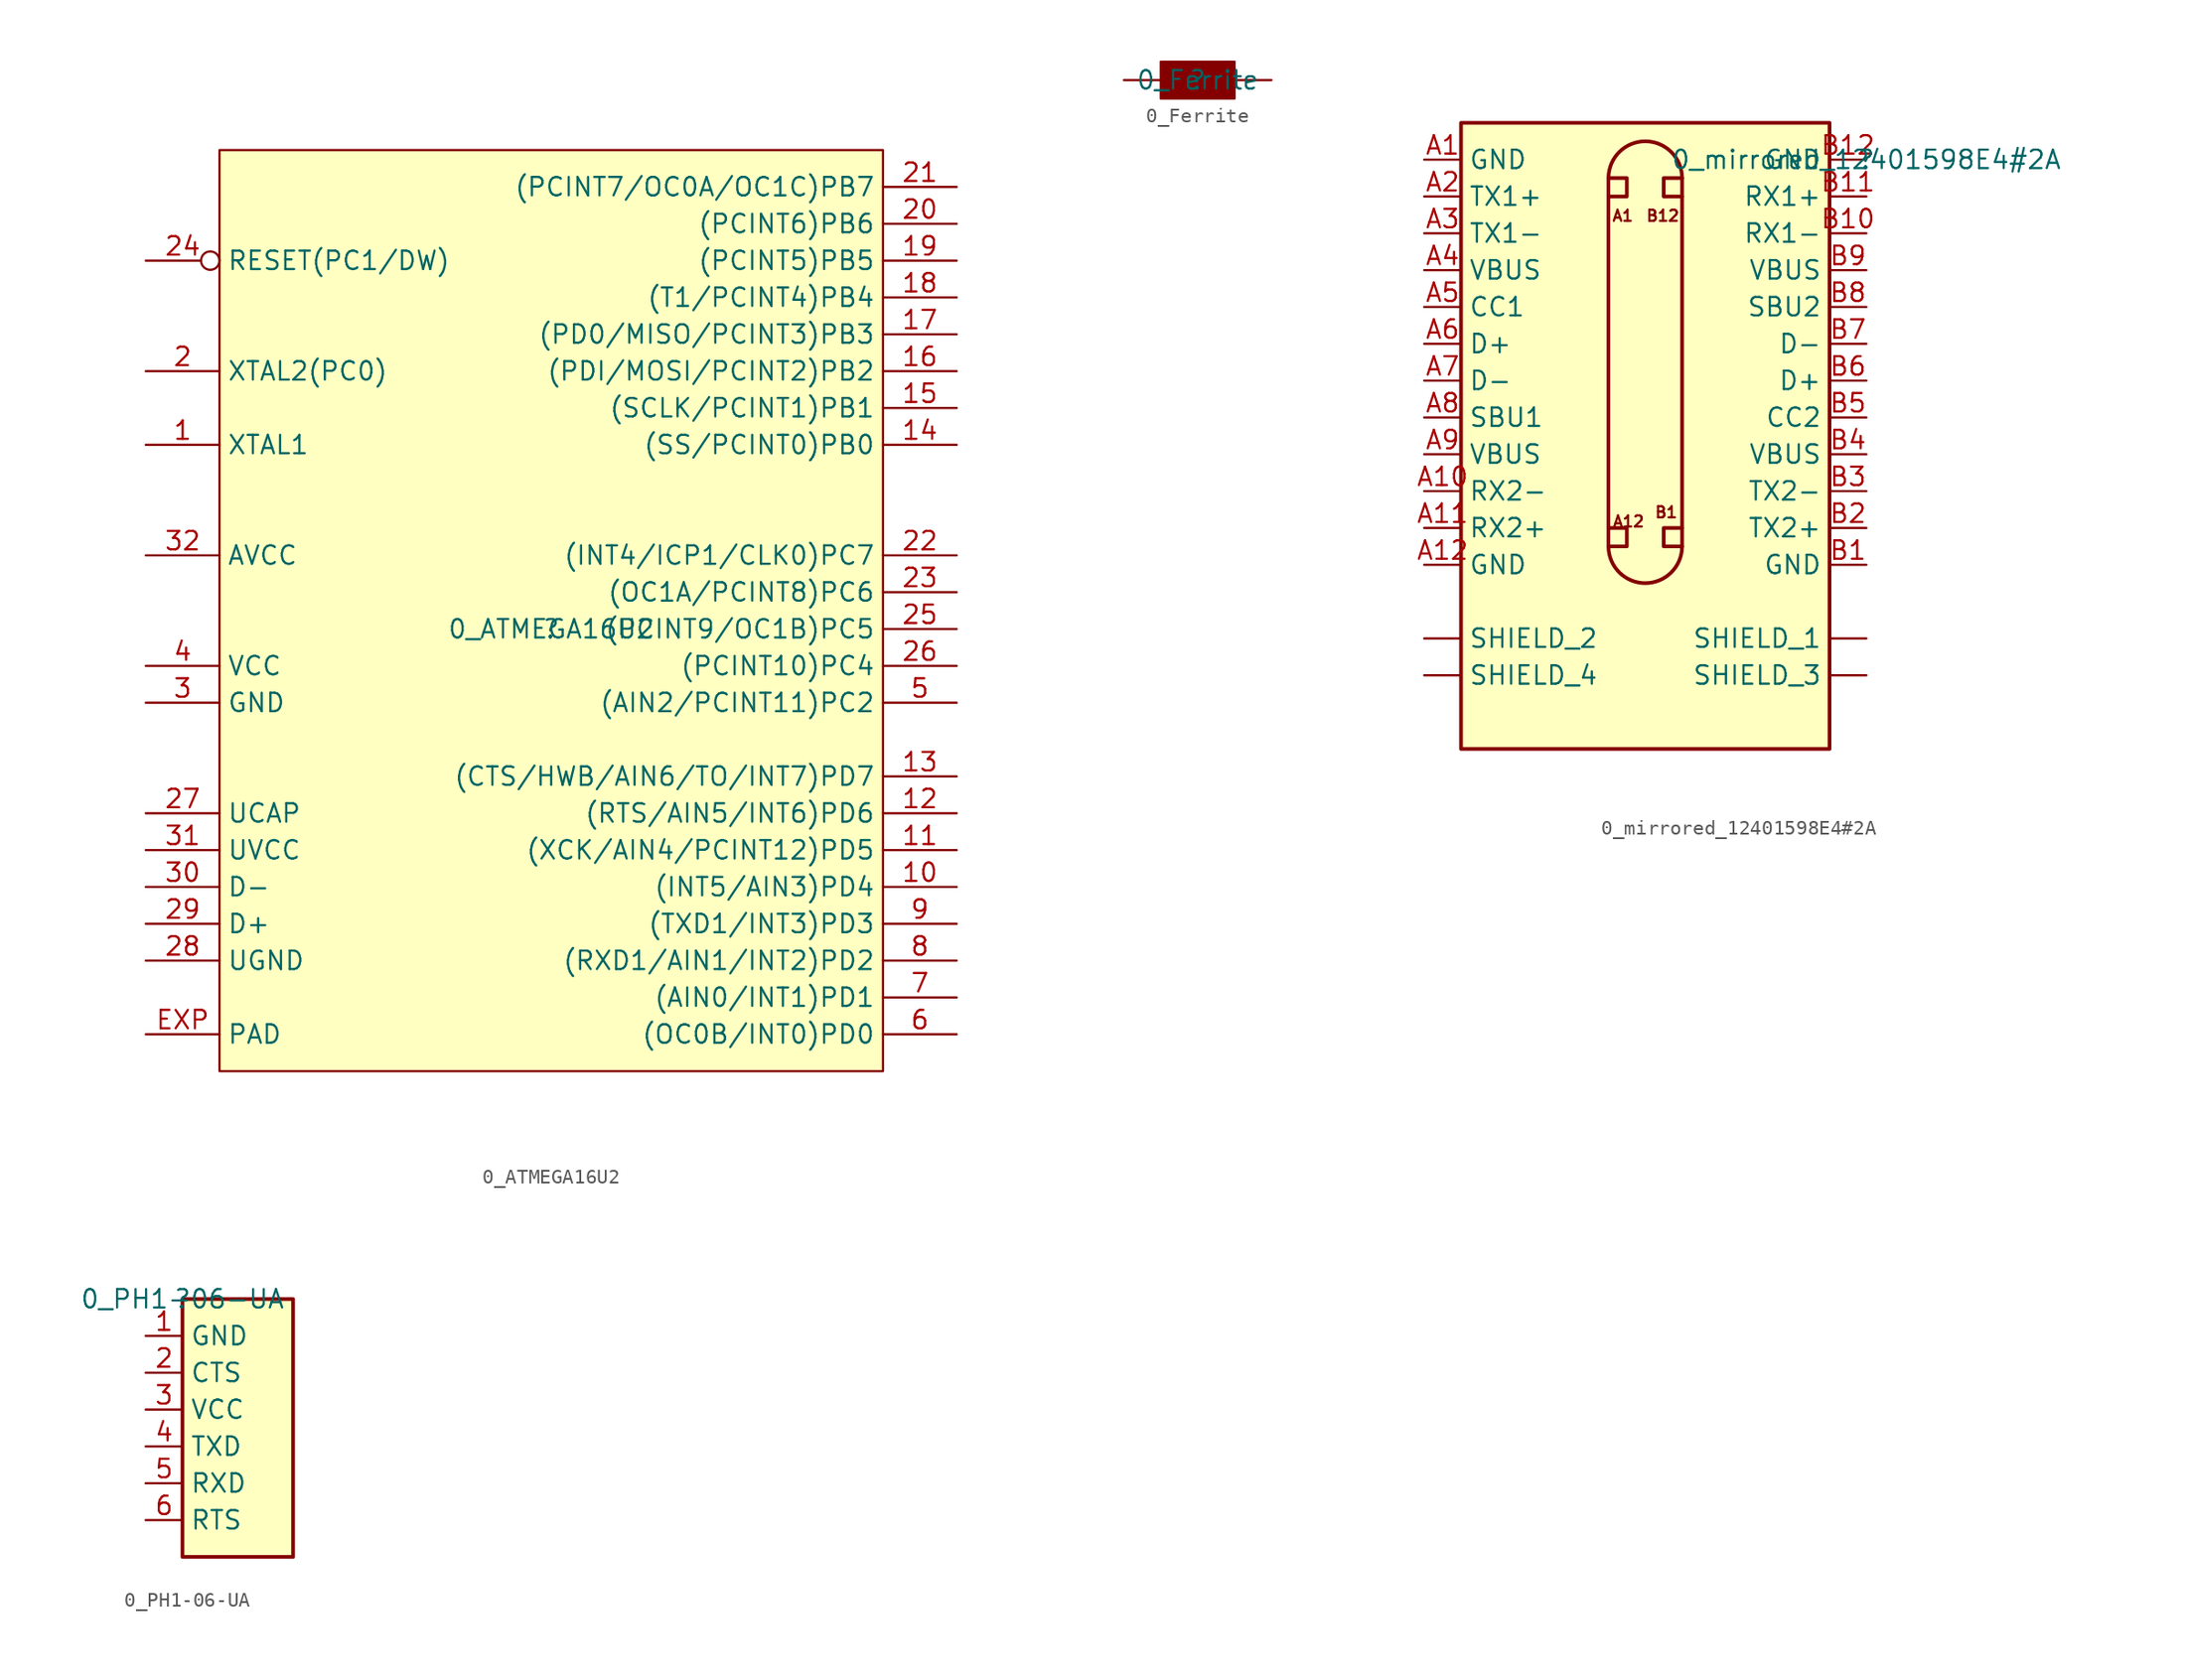
<source format=kicad_sym>
(kicad_symbol_lib
  (version 20211014)
  (generator kicad_symbol_editor)
  (symbol "0_ATMEGA16U2"
    (property "Reference" ""
      (at 0 0 0)
      (effects (font (size 1.27 1.27))))
    (property "Value" "0_ATMEGA16U2"
      (at 0 0 0)
      (effects (font (size 1.27 1.27))))
    (symbol "0_ATMEGA16U2_1_0"
      (rectangle (start 22.86 33.02) (end -22.86 -30.48) (stroke (width 0) (type default) (color 0 0 0 0)) (fill (type background)))
      (pin passive line (at -27.94 12.7 0) (length 5.08) (name "XTAL1" (effects (font (size 1.27 1.27)))) (number "1" (effects (font (size 1.27 1.27)))))
      (pin passive line (at 27.94 -17.78 180) (length 5.08) (name "(INT5/AIN3)PD4" (effects (font (size 1.27 1.27)))) (number "10" (effects (font (size 1.27 1.27)))))
      (pin passive line (at 27.94 -15.24 180) (length 5.08) (name "(XCK/AIN4/PCINT12)PD5" (effects (font (size 1.27 1.27)))) (number "11" (effects (font (size 1.27 1.27)))))
      (pin passive line (at 27.94 -12.7 180) (length 5.08) (name "(RTS/AIN5/INT6)PD6" (effects (font (size 1.27 1.27)))) (number "12" (effects (font (size 1.27 1.27)))))
      (pin passive line (at 27.94 -10.16 180) (length 5.08) (name "(CTS/HWB/AIN6/TO/INT7)PD7" (effects (font (size 1.27 1.27)))) (number "13" (effects (font (size 1.27 1.27)))))
      (pin passive line (at 27.94 12.7 180) (length 5.08) (name "(SS/PCINT0)PB0" (effects (font (size 1.27 1.27)))) (number "14" (effects (font (size 1.27 1.27)))))
      (pin passive line (at 27.94 15.24 180) (length 5.08) (name "(SCLK/PCINT1)PB1" (effects (font (size 1.27 1.27)))) (number "15" (effects (font (size 1.27 1.27)))))
      (pin passive line (at 27.94 17.78 180) (length 5.08) (name "(PDI/MOSI/PCINT2)PB2" (effects (font (size 1.27 1.27)))) (number "16" (effects (font (size 1.27 1.27)))))
      (pin passive line (at 27.94 20.32 180) (length 5.08) (name "(PD0/MISO/PCINT3)PB3" (effects (font (size 1.27 1.27)))) (number "17" (effects (font (size 1.27 1.27)))))
      (pin passive line (at 27.94 22.86 180) (length 5.08) (name "(T1/PCINT4)PB4" (effects (font (size 1.27 1.27)))) (number "18" (effects (font (size 1.27 1.27)))))
      (pin passive line (at 27.94 25.4 180) (length 5.08) (name "(PCINT5)PB5" (effects (font (size 1.27 1.27)))) (number "19" (effects (font (size 1.27 1.27)))))
      (pin passive line (at -27.94 17.78 0) (length 5.08) (name "XTAL2(PC0)" (effects (font (size 1.27 1.27)))) (number "2" (effects (font (size 1.27 1.27)))))
      (pin passive line (at 27.94 27.94 180) (length 5.08) (name "(PCINT6)PB6" (effects (font (size 1.27 1.27)))) (number "20" (effects (font (size 1.27 1.27)))))
      (pin passive line (at 27.94 30.48 180) (length 5.08) (name "(PCINT7/OC0A/OC1C)PB7" (effects (font (size 1.27 1.27)))) (number "21" (effects (font (size 1.27 1.27)))))
      (pin passive line (at 27.94 5.08 180) (length 5.08) (name "(INT4/ICP1/CLK0)PC7" (effects (font (size 1.27 1.27)))) (number "22" (effects (font (size 1.27 1.27)))))
      (pin passive line (at 27.94 2.54 180) (length 5.08) (name "(OC1A/PCINT8)PC6" (effects (font (size 1.27 1.27)))) (number "23" (effects (font (size 1.27 1.27)))))
      (pin input inverted (at -27.94 25.4 0) (length 5.08) (name "RESET(PC1/DW)" (effects (font (size 1.27 1.27)))) (number "24" (effects (font (size 1.27 1.27)))))
      (pin passive line (at 27.94 0 180) (length 5.08) (name "(PCINT9/OC1B)PC5" (effects (font (size 1.27 1.27)))) (number "25" (effects (font (size 1.27 1.27)))))
      (pin passive line (at 27.94 -2.54 180) (length 5.08) (name "(PCINT10)PC4" (effects (font (size 1.27 1.27)))) (number "26" (effects (font (size 1.27 1.27)))))
      (pin passive line (at -27.94 -12.7 0) (length 5.08) (name "UCAP" (effects (font (size 1.27 1.27)))) (number "27" (effects (font (size 1.27 1.27)))))
      (pin power_in line (at -27.94 -22.86 0) (length 5.08) (name "UGND" (effects (font (size 1.27 1.27)))) (number "28" (effects (font (size 1.27 1.27)))))
      (pin passive line (at -27.94 -20.32 0) (length 5.08) (name "D+" (effects (font (size 1.27 1.27)))) (number "29" (effects (font (size 1.27 1.27)))))
      (pin power_in line (at -27.94 -5.08 0) (length 5.08) (name "GND" (effects (font (size 1.27 1.27)))) (number "3" (effects (font (size 1.27 1.27)))))
      (pin passive line (at -27.94 -17.78 0) (length 5.08) (name "D-" (effects (font (size 1.27 1.27)))) (number "30" (effects (font (size 1.27 1.27)))))
      (pin power_in line (at -27.94 -15.24 0) (length 5.08) (name "UVCC" (effects (font (size 1.27 1.27)))) (number "31" (effects (font (size 1.27 1.27)))))
      (pin power_in line (at -27.94 5.08 0) (length 5.08) (name "AVCC" (effects (font (size 1.27 1.27)))) (number "32" (effects (font (size 1.27 1.27)))))
      (pin power_in line (at -27.94 -2.54 0) (length 5.08) (name "VCC" (effects (font (size 1.27 1.27)))) (number "4" (effects (font (size 1.27 1.27)))))
      (pin passive line (at 27.94 -5.08 180) (length 5.08) (name "(AIN2/PCINT11)PC2" (effects (font (size 1.27 1.27)))) (number "5" (effects (font (size 1.27 1.27)))))
      (pin passive line (at 27.94 -27.94 180) (length 5.08) (name "(OC0B/INT0)PD0" (effects (font (size 1.27 1.27)))) (number "6" (effects (font (size 1.27 1.27)))))
      (pin passive line (at 27.94 -25.4 180) (length 5.08) (name "(AIN0/INT1)PD1" (effects (font (size 1.27 1.27)))) (number "7" (effects (font (size 1.27 1.27)))))
      (pin passive line (at 27.94 -22.86 180) (length 5.08) (name "(RXD1/AIN1/INT2)PD2" (effects (font (size 1.27 1.27)))) (number "8" (effects (font (size 1.27 1.27)))))
      (pin passive line (at 27.94 -20.32 180) (length 5.08) (name "(TXD1/INT3)PD3" (effects (font (size 1.27 1.27)))) (number "9" (effects (font (size 1.27 1.27)))))
      (pin power_in line (at -27.94 -27.94 0) (length 5.08) (name "PAD" (effects (font (size 1.27 1.27)))) (number "EXP" (effects (font (size 1.27 1.27)))))))
  (symbol "0_Ferrite"
    (property "Reference" ""
      (at 0 0 0)
      (effects (font (size 1.27 1.27))))
    (property "Value" "0_Ferrite"
      (at 0 0 0)
      (effects (font (size 1.27 1.27))))
    (symbol "0_Ferrite_1_0"
      (rectangle (start 2.54 1.27) (end -2.54 -1.27) (stroke (width 0) (type default) (color 0 0 0 0)) (fill (type outline)))
      (pin passive line (at -5.08 0 0) (length 2.54) (name "1" (effects (font (size 0 0)))) (number "1" (effects (font (size 0 0)))))
      (pin passive line (at 5.08 0 180) (length 2.54) (name "2" (effects (font (size 0 0)))) (number "2" (effects (font (size 0 0)))))))
  (symbol "0_mirrored_12401598E4#2A"
    (property "Reference" ""
      (at 0 0 0)
      (effects (font (size 1.27 1.27))))
    (property "Value" "0_mirrored_12401598E4#2A"
      (at 0 0 0)
      (effects (font (size 1.27 1.27))))
    (symbol "0_mirrored_12401598E4#2A_1_0"
      (arc (start -17.7769 -26.6932) (mid -15.247 -29.207) (end -12.7033 -26.7071) (stroke (width 0.254) (type default) (color 0 0 0 0)) (fill (type none)))
      (arc (start -12.7031 -1.2468) (mid -15.233 1.267) (end -17.7767 -1.2329) (stroke (width 0.254) (type default) (color 0 0 0 0)) (fill (type none)))
      (rectangle (start -2.54 2.54) (end -27.94 -40.64) (stroke (width 0.254) (type default) (color 0 0 0 0)) (fill (type background)))
      (polyline (pts (xy -17.78 -1.27) (xy -17.78 -26.67)) (stroke (width 0.254) (type default) (color 0 0 0 0)) (fill (type none)))
      (polyline (pts (xy -12.7 -26.67) (xy -12.7 -1.27)) (stroke (width 0.254) (type default) (color 0 0 0 0)) (fill (type none)))
      (polyline (pts (xy -17.78 -25.4) (xy -16.51 -25.4) (xy -16.51 -26.67) (xy -17.78 -26.67)) (stroke (width 0.254) (type default) (color 0 0 0 0)) (fill (type none)))
      (polyline (pts (xy -17.78 -1.27) (xy -16.51 -1.27) (xy -16.51 -2.54) (xy -17.78 -2.54)) (stroke (width 0.254) (type default) (color 0 0 0 0)) (fill (type none)))
      (polyline (pts (xy -12.7 -25.4) (xy -13.97 -25.4) (xy -13.97 -26.67) (xy -12.7 -26.67)) (stroke (width 0.254) (type default) (color 0 0 0 0)) (fill (type none)))
      (polyline (pts (xy -12.7 -1.27) (xy -13.97 -1.27) (xy -13.97 -2.54) (xy -12.7 -2.54)) (stroke (width 0.254) (type default) (color 0 0 0 0)) (fill (type none)))
      (text "A1" (at -16.002 -4.318 0) (effects (font (size 0.762 0.762)) (justify right bottom)))
      (text "A12" (at -15.24 -25.4 0) (effects (font (size 0.762 0.762)) (justify right bottom)))
      (text "B1" (at -12.954 -23.876 0) (effects (font (size 0.762 0.762)) (justify right top)))
      (text "B12" (at -15.24 -4.318 0) (effects (font (size 0.762 0.762)) (justify left bottom)))
      (pin passive line (at -30.48 0 0) (length 2.54) (name "GND" (effects (font (size 1.27 1.27)))) (number "A1" (effects (font (size 1.27 1.27)))))
      (pin passive line (at -30.48 -22.86 0) (length 2.54) (name "RX2-" (effects (font (size 1.27 1.27)))) (number "A10" (effects (font (size 1.27 1.27)))))
      (pin passive line (at -30.48 -25.4 0) (length 2.54) (name "RX2+" (effects (font (size 1.27 1.27)))) (number "A11" (effects (font (size 1.27 1.27)))))
      (pin passive line (at -30.48 -27.94 0) (length 2.54) (name "GND" (effects (font (size 1.27 1.27)))) (number "A12" (effects (font (size 1.27 1.27)))))
      (pin passive line (at -30.48 -2.54 0) (length 2.54) (name "TX1+" (effects (font (size 1.27 1.27)))) (number "A2" (effects (font (size 1.27 1.27)))))
      (pin passive line (at -30.48 -5.08 0) (length 2.54) (name "TX1-" (effects (font (size 1.27 1.27)))) (number "A3" (effects (font (size 1.27 1.27)))))
      (pin passive line (at -30.48 -7.62 0) (length 2.54) (name "VBUS" (effects (font (size 1.27 1.27)))) (number "A4" (effects (font (size 1.27 1.27)))))
      (pin passive line (at -30.48 -10.16 0) (length 2.54) (name "CC1" (effects (font (size 1.27 1.27)))) (number "A5" (effects (font (size 1.27 1.27)))))
      (pin passive line (at -30.48 -12.7 0) (length 2.54) (name "D+" (effects (font (size 1.27 1.27)))) (number "A6" (effects (font (size 1.27 1.27)))))
      (pin passive line (at -30.48 -15.24 0) (length 2.54) (name "D-" (effects (font (size 1.27 1.27)))) (number "A7" (effects (font (size 1.27 1.27)))))
      (pin passive line (at -30.48 -17.78 0) (length 2.54) (name "SBU1" (effects (font (size 1.27 1.27)))) (number "A8" (effects (font (size 1.27 1.27)))))
      (pin passive line (at -30.48 -20.32 0) (length 2.54) (name "VBUS" (effects (font (size 1.27 1.27)))) (number "A9" (effects (font (size 1.27 1.27)))))
      (pin passive line (at 0 -27.94 180) (length 2.54) (name "GND" (effects (font (size 1.27 1.27)))) (number "B1" (effects (font (size 1.27 1.27)))))
      (pin passive line (at 0 -5.08 180) (length 2.54) (name "RX1-" (effects (font (size 1.27 1.27)))) (number "B10" (effects (font (size 1.27 1.27)))))
      (pin passive line (at 0 -2.54 180) (length 2.54) (name "RX1+" (effects (font (size 1.27 1.27)))) (number "B11" (effects (font (size 1.27 1.27)))))
      (pin passive line (at 0 0 180) (length 2.54) (name "GND" (effects (font (size 1.27 1.27)))) (number "B12" (effects (font (size 1.27 1.27)))))
      (pin passive line (at 0 -25.4 180) (length 2.54) (name "TX2+" (effects (font (size 1.27 1.27)))) (number "B2" (effects (font (size 1.27 1.27)))))
      (pin passive line (at 0 -22.86 180) (length 2.54) (name "TX2-" (effects (font (size 1.27 1.27)))) (number "B3" (effects (font (size 1.27 1.27)))))
      (pin passive line (at 0 -20.32 180) (length 2.54) (name "VBUS" (effects (font (size 1.27 1.27)))) (number "B4" (effects (font (size 1.27 1.27)))))
      (pin passive line (at 0 -17.78 180) (length 2.54) (name "CC2" (effects (font (size 1.27 1.27)))) (number "B5" (effects (font (size 1.27 1.27)))))
      (pin passive line (at 0 -15.24 180) (length 2.54) (name "D+" (effects (font (size 1.27 1.27)))) (number "B6" (effects (font (size 1.27 1.27)))))
      (pin passive line (at 0 -12.7 180) (length 2.54) (name "D-" (effects (font (size 1.27 1.27)))) (number "B7" (effects (font (size 1.27 1.27)))))
      (pin passive line (at 0 -10.16 180) (length 2.54) (name "SBU2" (effects (font (size 1.27 1.27)))) (number "B8" (effects (font (size 1.27 1.27)))))
      (pin passive line (at 0 -7.62 180) (length 2.54) (name "VBUS" (effects (font (size 1.27 1.27)))) (number "B9" (effects (font (size 1.27 1.27)))))
      (pin passive line (at 0 -33.02 180) (length 2.54) (name "SHIELD_1" (effects (font (size 1.27 1.27)))) (number "SHIELD_1" (effects (font (size 0 0)))))
      (pin passive line (at -30.48 -33.02 0) (length 2.54) (name "SHIELD_2" (effects (font (size 1.27 1.27)))) (number "SHIELD_2" (effects (font (size 0 0)))))
      (pin passive line (at 0 -35.56 180) (length 2.54) (name "SHIELD_3" (effects (font (size 1.27 1.27)))) (number "SHIELD_3" (effects (font (size 0 0)))))
      (pin passive line (at -30.48 -35.56 0) (length 2.54) (name "SHIELD_4" (effects (font (size 1.27 1.27)))) (number "SHIELD_4" (effects (font (size 0 0)))))))
  (symbol "0_PH1-06-UA"
    (property "Reference" ""
      (at 0 0 0)
      (effects (font (size 1.27 1.27))))
    (property "Value" "0_PH1-06-UA"
      (at 0 0 0)
      (effects (font (size 1.27 1.27))))
    (symbol "0_PH1-06-UA_1_0"
      (rectangle (start 7.62 0) (end 0 -17.78) (stroke (width 0.254) (type default) (color 0 0 0 0)) (fill (type background)))
      (pin passive line (at -2.54 -2.54 0) (length 2.54) (name "GND" (effects (font (size 1.27 1.27)))) (number "1" (effects (font (size 1.27 1.27)))))
      (pin passive line (at -2.54 -5.08 0) (length 2.54) (name "CTS" (effects (font (size 1.27 1.27)))) (number "2" (effects (font (size 1.27 1.27)))))
      (pin passive line (at -2.54 -7.62 0) (length 2.54) (name "VCC" (effects (font (size 1.27 1.27)))) (number "3" (effects (font (size 1.27 1.27)))))
      (pin passive line (at -2.54 -10.16 0) (length 2.54) (name "TXD" (effects (font (size 1.27 1.27)))) (number "4" (effects (font (size 1.27 1.27)))))
      (pin passive line (at -2.54 -12.7 0) (length 2.54) (name "RXD" (effects (font (size 1.27 1.27)))) (number "5" (effects (font (size 1.27 1.27)))))
      (pin passive line (at -2.54 -15.24 0) (length 2.54) (name "RTS" (effects (font (size 1.27 1.27)))) (number "6" (effects (font (size 1.27 1.27))))))))
</source>
